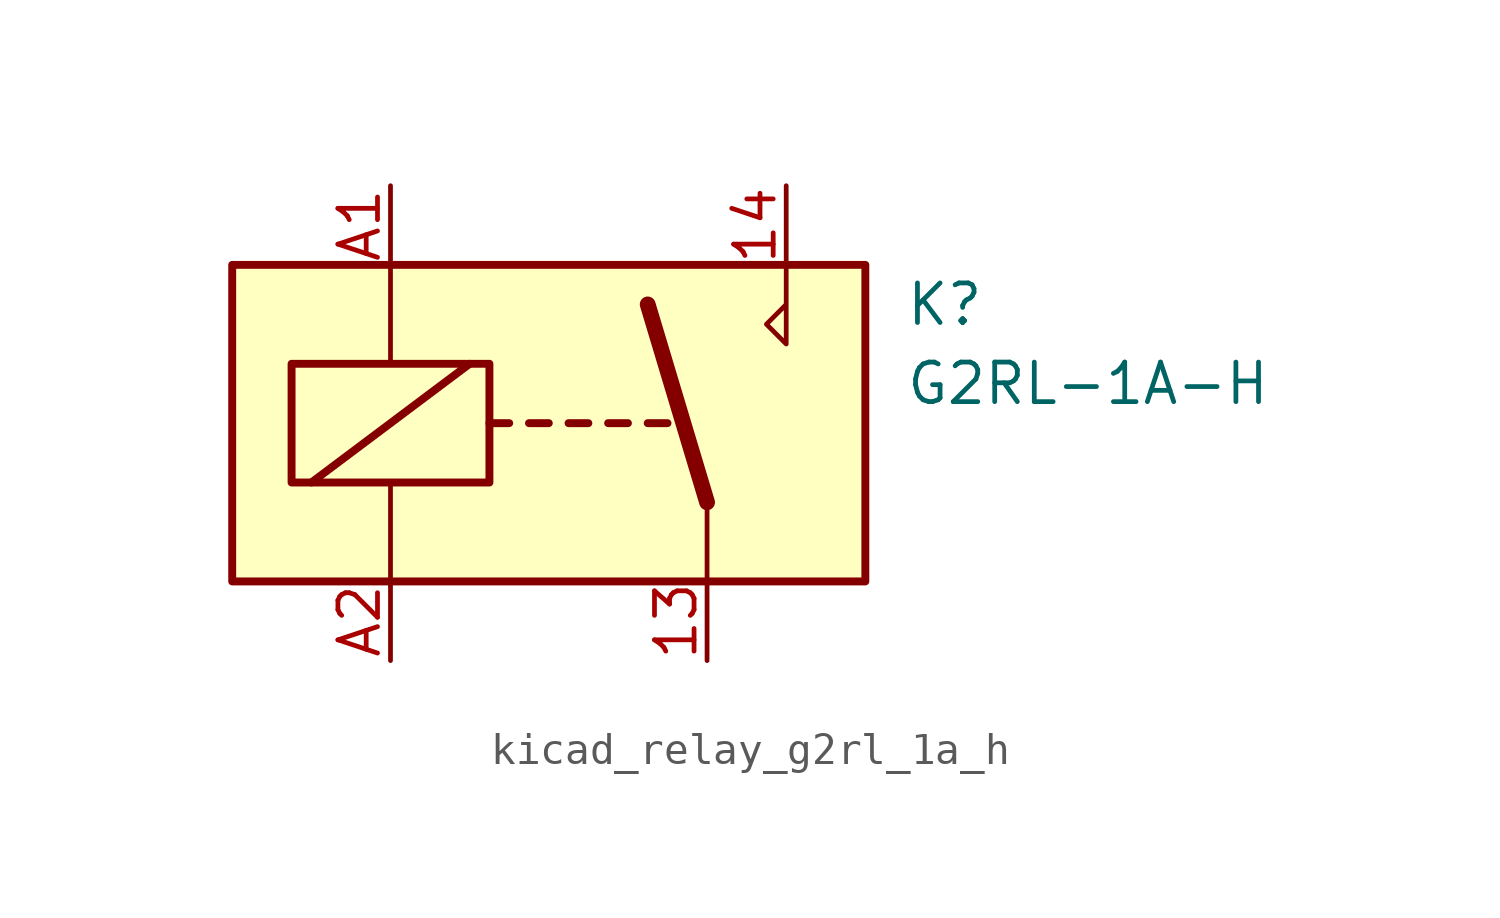
<source format=kicad_sym>
(kicad_symbol_lib
  (version 20220914)
  (generator kicad_symbol_editor)
  (symbol "kicad_relay_g2rl_1a_h"
    (property "Reference" "K"
      (at 11.43 3.81 0)
      (effects (font (size 1.27 1.27)) (justify left)))
    (property "Value" "G2RL-1A-H"
      (at 11.43 1.27 0)
      (effects (font (size 1.27 1.27)) (justify left)))
    (symbol "kicad_relay_g2rl_1a_h_0_0"
      (polyline (pts (xy 7.62 5.08) (xy 7.62 2.54) (xy 6.985 3.175) (xy 7.62 3.81)) (stroke (width 0) (type default)) (fill (type none))))
    (symbol "kicad_relay_g2rl_1a_h_0_1"
      (rectangle (start -10.16 5.08) (end 10.16 -5.08) (stroke (width 0.254) (type default)) (fill (type background)))
      (rectangle (start -8.255 1.905) (end -1.905 -1.905) (stroke (width 0.254) (type default)) (fill (type none)))
      (polyline (pts (xy -7.62 -1.905) (xy -2.54 1.905)) (stroke (width 0.254) (type default)) (fill (type none)))
      (polyline (pts (xy -5.08 -5.08) (xy -5.08 -1.905)) (stroke (width 0) (type default)) (fill (type none)))
      (polyline (pts (xy -5.08 5.08) (xy -5.08 1.905)) (stroke (width 0) (type default)) (fill (type none)))
      (polyline (pts (xy -1.905 0) (xy -1.27 0)) (stroke (width 0.254) (type default)) (fill (type none)))
      (polyline (pts (xy -0.635 0) (xy 0 0)) (stroke (width 0.254) (type default)) (fill (type none)))
      (polyline (pts (xy 0.635 0) (xy 1.27 0)) (stroke (width 0.254) (type default)) (fill (type none)))
      (polyline (pts (xy 1.905 0) (xy 2.54 0)) (stroke (width 0.254) (type default)) (fill (type none)))
      (polyline (pts (xy 3.175 0) (xy 3.81 0)) (stroke (width 0.254) (type default)) (fill (type none)))
      (polyline (pts (xy 5.08 -2.54) (xy 3.175 3.81)) (stroke (width 0.508) (type default)) (fill (type none)))
      (polyline (pts (xy 5.08 -2.54) (xy 5.08 -5.08)) (stroke (width 0) (type default)) (fill (type none))))
    (symbol "kicad_relay_g2rl_1a_h_1_1"
      (pin passive line (at 5.08 -7.62 90) (length 2.54) (name "~" (effects (font (size 1.27 1.27)))) (number "13" (effects (font (size 1.27 1.27)))))
      (pin passive line (at 7.62 7.62 270) (length 2.54) (name "~" (effects (font (size 1.27 1.27)))) (number "14" (effects (font (size 1.27 1.27)))))
      (pin passive line (at -5.08 7.62 270) (length 2.54) (name "~" (effects (font (size 1.27 1.27)))) (number "A1" (effects (font (size 1.27 1.27)))))
      (pin passive line (at -5.08 -7.62 90) (length 2.54) (name "~" (effects (font (size 1.27 1.27)))) (number "A2" (effects (font (size 1.27 1.27))))))))
</source>
